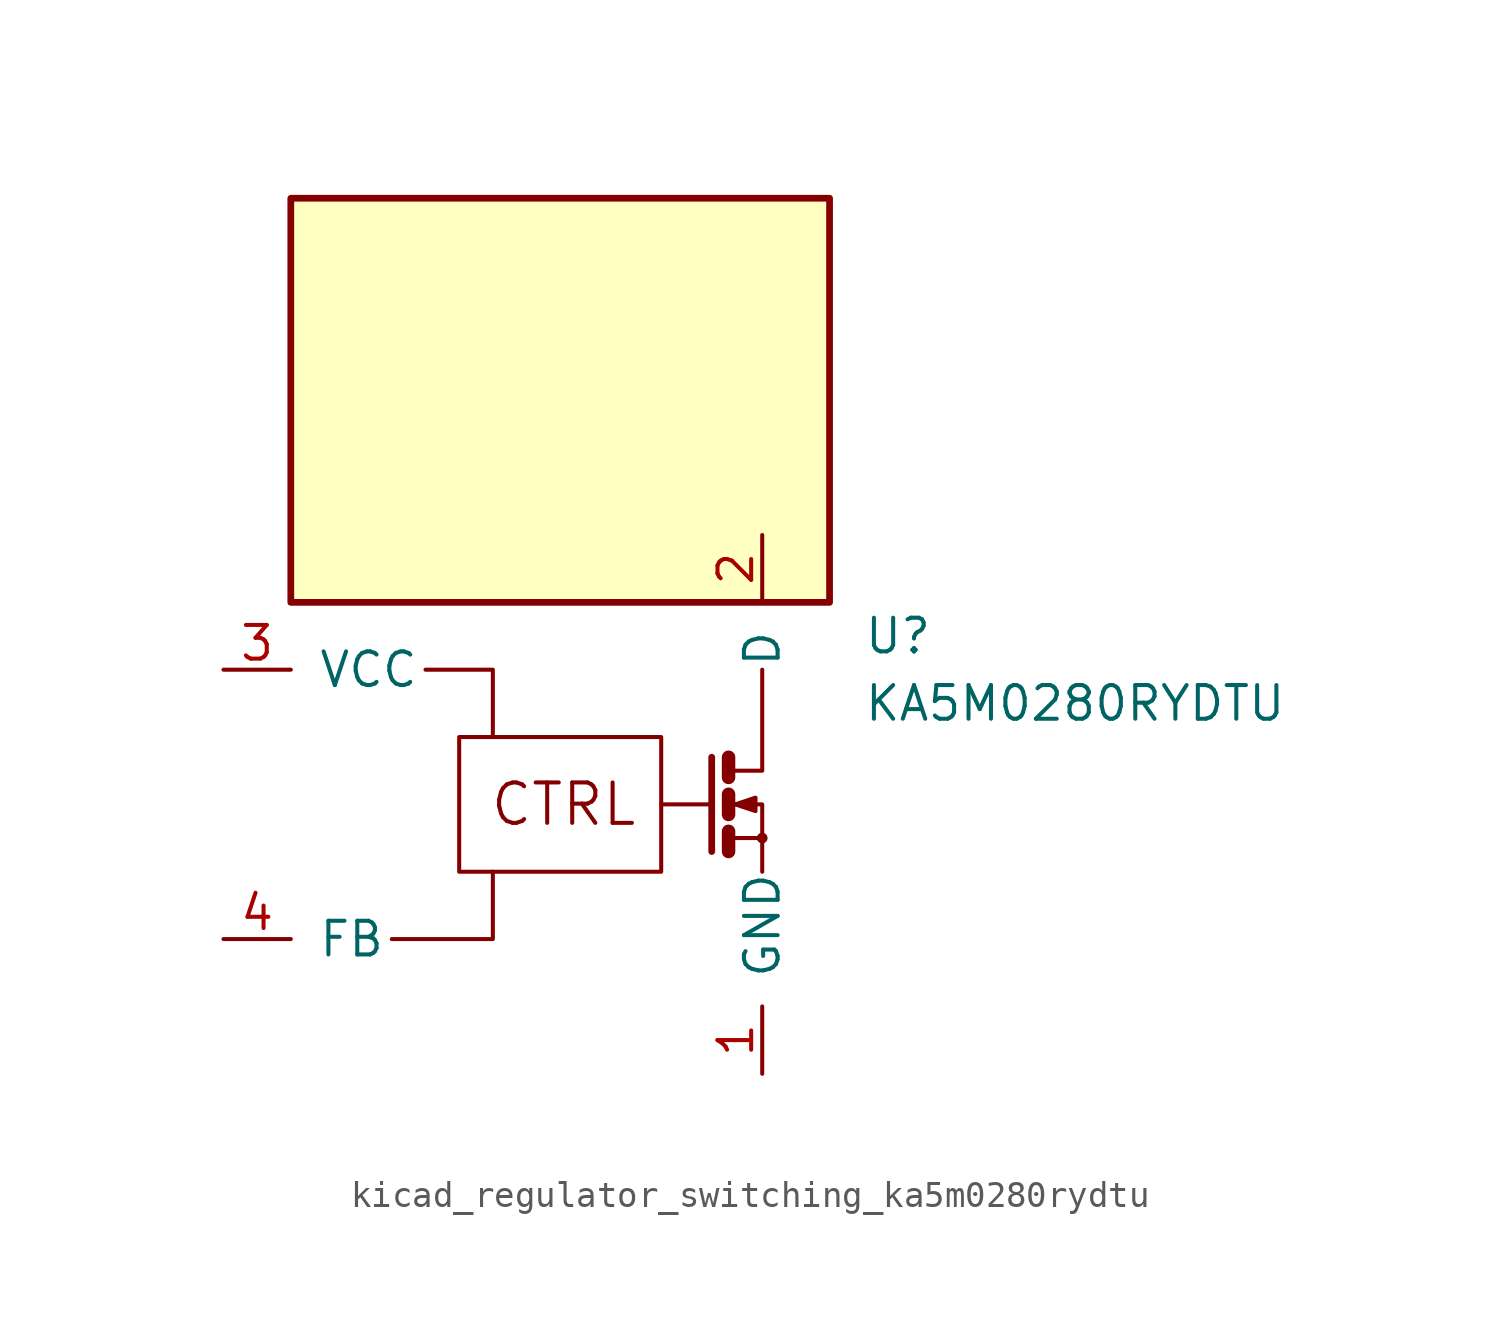
<source format=kicad_sym>
(kicad_symbol_lib
  (version 20220914)
  (generator kicad_symbol_editor)
  (symbol "kicad_regulator_switching_ka5m0280rydtu"
    (pin_names
      (offset 1.016))
    (property "Reference" "U"
      (at 11.43 6.35 0)
      (effects (font (size 1.27 1.27)) (justify left)))
    (property "Value" "KA5M0280RYDTU"
      (at 11.43 3.81 0)
      (effects (font (size 1.27 1.27)) (justify left)))
    (symbol "kicad_regulator_switching_ka5m0280rydtu_0_0"
      (rectangle (start -3.81 2.54) (end 3.81 -2.54) (stroke (width 0) (type default)) (fill (type none)))
      (polyline (pts (xy 3.81 0) (xy 5.715 0)) (stroke (width 0) (type default)) (fill (type none)))
      (polyline (pts (xy 5.715 1.778) (xy 5.715 -1.778)) (stroke (width 0.254) (type default)) (fill (type none)))
      (polyline (pts (xy 6.35 -1.27) (xy 7.62 -1.27)) (stroke (width 0) (type default)) (fill (type none)))
      (polyline (pts (xy 6.35 -1.016) (xy 6.35 -1.778)) (stroke (width 0.508) (type default)) (fill (type none)))
      (polyline (pts (xy 6.35 0.381) (xy 6.35 -0.381)) (stroke (width 0.508) (type default)) (fill (type none)))
      (polyline (pts (xy 6.35 1.778) (xy 6.35 1.016)) (stroke (width 0.508) (type default)) (fill (type none)))
      (polyline (pts (xy -6.35 -5.08) (xy -2.54 -5.08) (xy -2.54 -2.54)) (stroke (width 0) (type default)) (fill (type none)))
      (polyline (pts (xy -5.08 5.08) (xy -2.54 5.08) (xy -2.54 2.54)) (stroke (width 0) (type default)) (fill (type none)))
      (polyline (pts (xy 6.35 1.27) (xy 7.62 1.27) (xy 7.62 5.08)) (stroke (width 0) (type default)) (fill (type none)))
      (polyline (pts (xy 7.62 -2.54) (xy 7.62 0) (xy 6.35 0)) (stroke (width 0) (type default)) (fill (type none)))
      (polyline (pts (xy 6.604 0) (xy 7.366 0.254) (xy 7.366 -0.254) (xy 6.604 0)) (stroke (width 0) (type default)) (fill (type outline)))
      (circle (center 7.62 -1.27) (radius 0.127) (stroke (width 0) (type default)) (fill (type none)))
      (rectangle (start 10.16 22.86) (end -10.16 7.62) (stroke (width 0.254) (type default)) (fill (type background)))
      (text "CTRL" (at 0.127 0 0) (effects (font (size 1.524 1.524)))))
    (symbol "kicad_regulator_switching_ka5m0280rydtu_1_1"
      (pin power_in line (at 7.62 -10.16 90) (length 2.54) (name "GND" (effects (font (size 1.27 1.27)))) (number "1" (effects (font (size 1.27 1.27)))))
      (pin passive line (at 7.62 10.16 270) (length 2.54) (name "D" (effects (font (size 1.27 1.27)))) (number "2" (effects (font (size 1.27 1.27)))))
      (pin power_in line (at -12.7 5.08 0) (length 2.54) (name "VCC" (effects (font (size 1.27 1.27)))) (number "3" (effects (font (size 1.27 1.27)))))
      (pin passive line (at -12.7 -5.08 0) (length 2.54) (name "FB" (effects (font (size 1.27 1.27)))) (number "4" (effects (font (size 1.27 1.27))))))))
</source>
